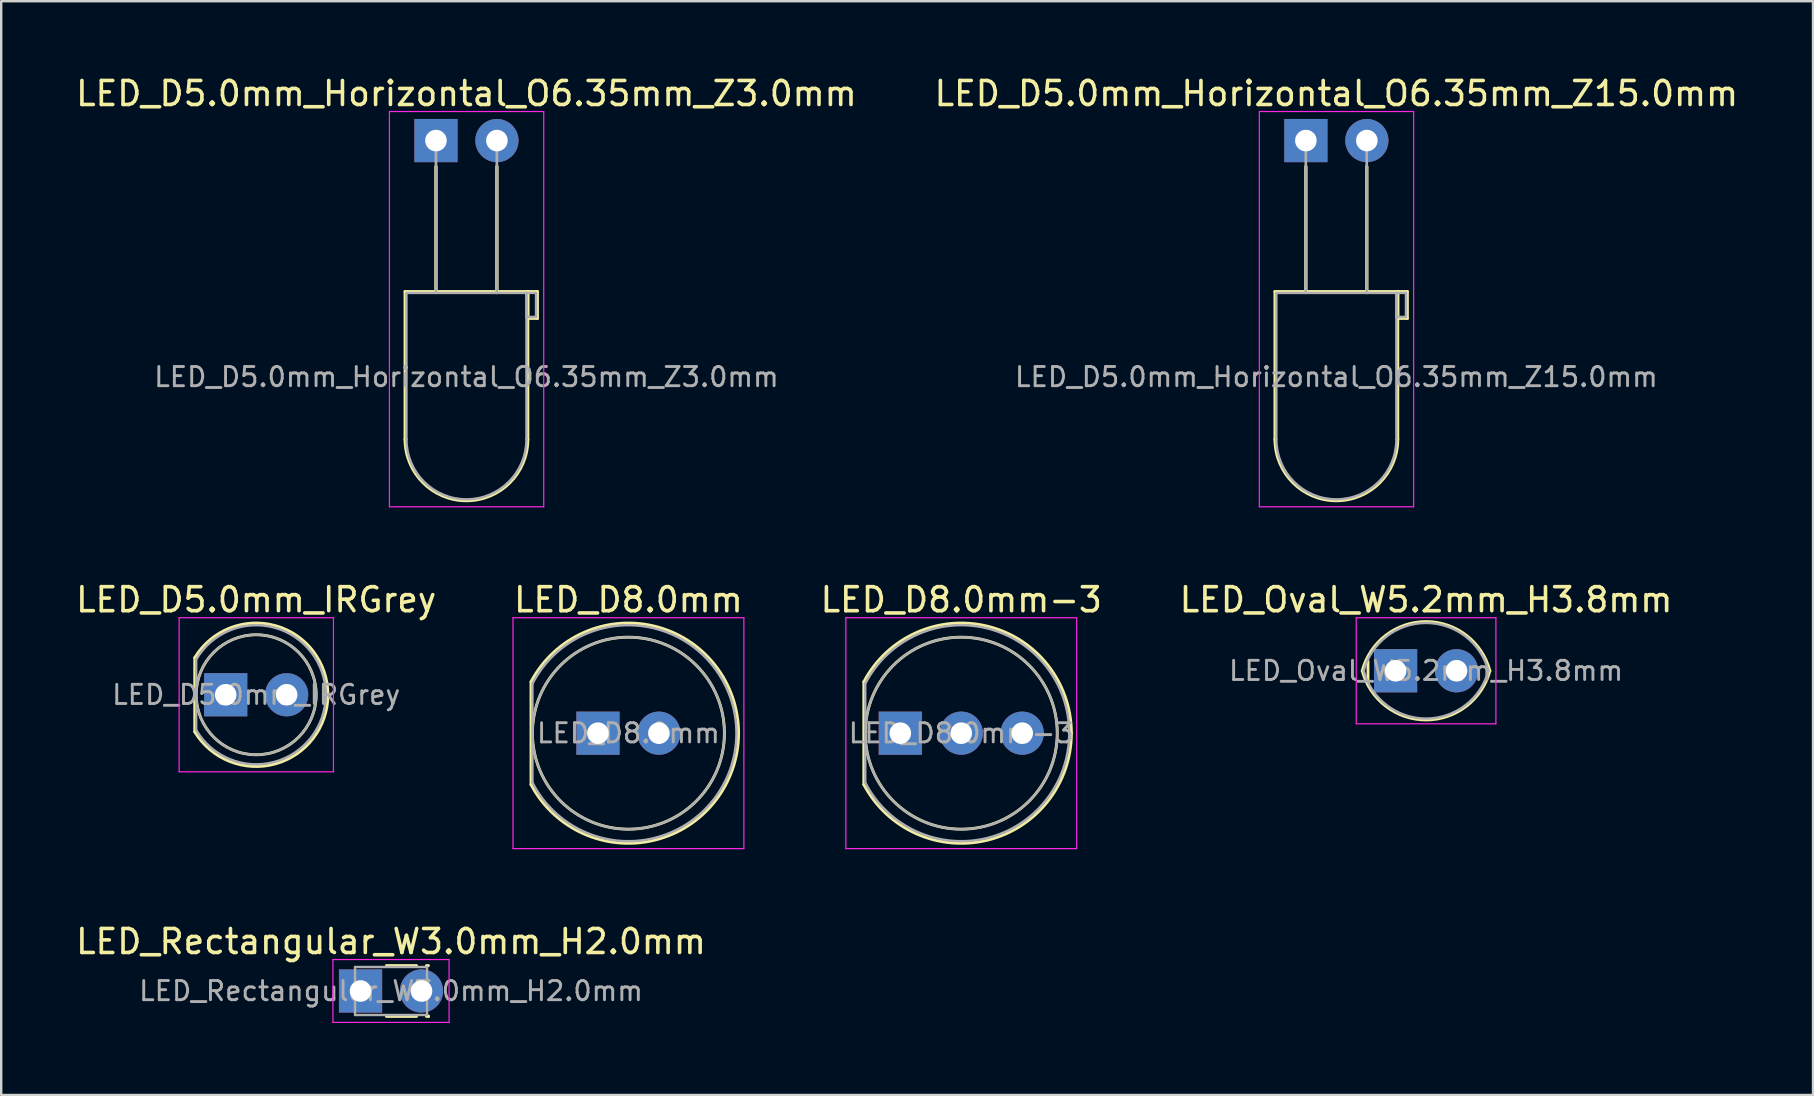
<source format=kicad_pcb>
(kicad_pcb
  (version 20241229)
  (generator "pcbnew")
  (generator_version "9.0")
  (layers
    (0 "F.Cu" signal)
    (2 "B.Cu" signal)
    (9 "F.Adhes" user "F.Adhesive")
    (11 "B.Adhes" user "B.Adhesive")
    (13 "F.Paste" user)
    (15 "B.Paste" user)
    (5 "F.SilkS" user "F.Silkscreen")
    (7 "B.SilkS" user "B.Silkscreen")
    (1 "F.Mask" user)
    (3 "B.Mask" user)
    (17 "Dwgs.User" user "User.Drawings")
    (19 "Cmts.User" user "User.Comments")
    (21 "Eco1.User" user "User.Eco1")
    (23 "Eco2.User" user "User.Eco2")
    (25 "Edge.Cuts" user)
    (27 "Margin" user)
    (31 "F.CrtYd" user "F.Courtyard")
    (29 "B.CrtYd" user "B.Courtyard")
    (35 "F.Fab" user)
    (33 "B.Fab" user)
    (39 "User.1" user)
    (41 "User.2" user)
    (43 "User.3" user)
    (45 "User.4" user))
  (footprint "LED_D5.0mm_Horizontal_O6.35mm_Z15.0mm"
    (layer "F.Cu")
    (at 51.367 2.808)
    (property "Reference" "LED_D5.0mm_Horizontal_O6.35mm_Z15.0mm" (at 1.27 -1.96 0) (layer "F.SilkS") (effects (font (size 1 1) (thickness 0.15))))
    (attr through_hole)
    (fp_line (start -1.29 6.29) (end -1.29 12.45) (stroke (width 0.12) (type solid)) (layer "F.SilkS"))
    (fp_line (start -1.29 6.29) (end 3.83 6.29) (stroke (width 0.12) (type solid)) (layer "F.SilkS"))
    (fp_line (start 0 1.08) (end 0 6.29) (stroke (width 0.12) (type solid)) (layer "F.SilkS"))
    (fp_line (start 0 6.29) (end 0 1.08) (stroke (width 0.12) (type solid)) (layer "F.SilkS"))
    (fp_line (start 2.54 1.08) (end 2.54 6.29) (stroke (width 0.12) (type solid)) (layer "F.SilkS"))
    (fp_line (start 2.54 6.29) (end 2.54 1.08) (stroke (width 0.12) (type solid)) (layer "F.SilkS"))
    (fp_line (start 3.83 6.29) (end 3.83 12.45) (stroke (width 0.12) (type solid)) (layer "F.SilkS"))
    (fp_line (start 3.83 6.29) (end 4.23 6.29) (stroke (width 0.12) (type solid)) (layer "F.SilkS"))
    (fp_line (start 3.83 7.41) (end 3.83 6.29) (stroke (width 0.12) (type solid)) (layer "F.SilkS"))
    (fp_line (start 4.23 6.29) (end 4.23 7.41) (stroke (width 0.12) (type solid)) (layer "F.SilkS"))
    (fp_line (start 4.23 7.41) (end 3.83 7.41) (stroke (width 0.12) (type solid)) (layer "F.SilkS"))
    (fp_arc (start 3.83 12.45) (mid 1.27 15.01) (end -1.29 12.45) (stroke (width 0.12) (type solid)) (layer "F.SilkS"))
    (fp_line (start -1.94 -1.21) (end -1.94 15.26) (stroke (width 0.05) (type solid)) (layer "F.CrtYd"))
    (fp_line (start -1.94 15.26) (end 4.49 15.26) (stroke (width 0.05) (type solid)) (layer "F.CrtYd"))
    (fp_line (start 4.49 -1.21) (end -1.94 -1.21) (stroke (width 0.05) (type solid)) (layer "F.CrtYd"))
    (fp_line (start 4.49 15.26) (end 4.49 -1.21) (stroke (width 0.05) (type solid)) (layer "F.CrtYd"))
    (fp_line (start -1.23 6.35) (end -1.23 12.45) (stroke (width 0.1) (type solid)) (layer "F.Fab"))
    (fp_line (start -1.23 6.35) (end 3.77 6.35) (stroke (width 0.1) (type solid)) (layer "F.Fab"))
    (fp_line (start 0 0) (end 0 6.35) (stroke (width 0.1) (type solid)) (layer "F.Fab"))
    (fp_line (start 0 6.35) (end 0 0) (stroke (width 0.1) (type solid)) (layer "F.Fab"))
    (fp_line (start 2.54 0) (end 2.54 6.35) (stroke (width 0.1) (type solid)) (layer "F.Fab"))
    (fp_line (start 2.54 6.35) (end 2.54 0) (stroke (width 0.1) (type solid)) (layer "F.Fab"))
    (fp_line (start 3.77 6.35) (end 3.77 12.45) (stroke (width 0.1) (type solid)) (layer "F.Fab"))
    (fp_line (start 3.77 6.35) (end 4.17 6.35) (stroke (width 0.1) (type solid)) (layer "F.Fab"))
    (fp_line (start 3.77 7.35) (end 3.77 6.35) (stroke (width 0.1) (type solid)) (layer "F.Fab"))
    (fp_line (start 4.17 6.35) (end 4.17 7.35) (stroke (width 0.1) (type solid)) (layer "F.Fab"))
    (fp_line (start 4.17 7.35) (end 3.77 7.35) (stroke (width 0.1) (type solid)) (layer "F.Fab"))
    (fp_arc (start 3.77 12.45) (mid 1.27 14.95) (end -1.23 12.45) (stroke (width 0.1) (type solid)) (layer "F.Fab"))
    (fp_text user "${REFERENCE}" (at 1.27 9.85 0) (layer "F.Fab") (effects (font (size 0.8 0.8) (thickness 0.12))))
    (pad "1" thru_hole rect (at 0 0) (size 1.8 1.8) (drill 0.9) (layers "*.Cu" "*.Mask"))
    (pad "2" thru_hole circle (at 2.54 0) (size 1.8 1.8) (drill 0.9) (layers "*.Cu" "*.Mask")))
  (footprint "LED_D8.0mm-3"
    (layer "F.Cu")
    (at 34.466 27.502)
    (property "Reference" "LED_D8.0mm-3" (at 2.54 -5.56 0) (layer "F.SilkS") (effects (font (size 1 1) (thickness 0.15))))
    (attr through_hole)
    (fp_line (start -1.52 -2.141) (end -1.52 2.141) (stroke (width 0.12) (type solid)) (layer "F.SilkS"))
    (fp_arc (start -1.52 -2.141145) (mid 3.642883 -4.45553) (end 7.13 0) (stroke (width 0.12) (type solid)) (layer "F.SilkS"))
    (fp_arc (start 7.13 0) (mid 3.642883 4.45553) (end -1.52 2.141145) (stroke (width 0.12) (type solid)) (layer "F.SilkS"))
    (fp_circle (center 2.54 0) (end 6.54 0) (stroke (width 0.12) (type solid)) (fill no) (layer "F.SilkS"))
    (fp_line (start -2.27 -4.81) (end -2.27 4.81) (stroke (width 0.05) (type solid)) (layer "F.CrtYd"))
    (fp_line (start -2.27 4.81) (end 7.35 4.81) (stroke (width 0.05) (type solid)) (layer "F.CrtYd"))
    (fp_line (start 7.35 -4.81) (end -2.27 -4.81) (stroke (width 0.05) (type solid)) (layer "F.CrtYd"))
    (fp_line (start 7.35 4.81) (end 7.35 -4.81) (stroke (width 0.05) (type solid)) (layer "F.CrtYd"))
    (fp_line (start -1.46 -2.062) (end -1.46 2.062) (stroke (width 0.1) (type solid)) (layer "F.Fab"))
    (fp_arc (start -1.46 -2.061553) (mid 7.04 0) (end -1.46 2.061553) (stroke (width 0.1) (type solid)) (layer "F.Fab"))
    (fp_circle (center 2.54 0) (end 6.54 0) (stroke (width 0.1) (type solid)) (fill no) (layer "F.Fab"))
    (fp_text user "${REFERENCE}" (at 2.54 0 0) (layer "F.Fab") (effects (font (size 0.8 0.8) (thickness 0.12))))
    (pad "1" thru_hole rect (at 0 0) (size 1.8 1.8) (drill 0.9) (layers "*.Cu" "*.Mask"))
    (pad "2" thru_hole circle (at 2.54 0) (size 1.8 1.8) (drill 0.9) (layers "*.Cu" "*.Mask"))
    (pad "3" thru_hole circle (at 5.08 0) (size 1.8 1.8) (drill 0.9) (layers "*.Cu" "*.Mask")))
  (footprint "LED_Rectangular_W3.0mm_H2.0mm"
    (layer "F.Cu")
    (at 11.974 38.245)
    (property "Reference" "LED_Rectangular_W3.0mm_H2.0mm" (at 1.27 -2.06 0) (layer "F.SilkS") (effects (font (size 1 1) (thickness 0.15))))
    (attr through_hole)
    (fp_line (start 1.08 -1.06) (end 2.333 -1.06) (stroke (width 0.12) (type solid)) (layer "F.SilkS"))
    (fp_line (start 2.333 1.06) (end 1.08 1.06) (stroke (width 0.12) (type solid)) (layer "F.SilkS"))
    (fp_line (start 2.747 -1.06) (end 2.83 -1.06) (stroke (width 0.12) (type solid)) (layer "F.SilkS"))
    (fp_line (start 2.83 1.04) (end 2.83 1.06) (stroke (width 0.12) (type solid)) (layer "F.SilkS"))
    (fp_line (start 2.83 1.06) (end 2.747 1.06) (stroke (width 0.12) (type solid)) (layer "F.SilkS"))
    (fp_line (start -1.15 -1.31) (end -1.15 1.31) (stroke (width 0.05) (type solid)) (layer "F.CrtYd"))
    (fp_line (start -1.15 1.31) (end 3.69 1.31) (stroke (width 0.05) (type solid)) (layer "F.CrtYd"))
    (fp_line (start 3.69 -1.31) (end -1.15 -1.31) (stroke (width 0.05) (type solid)) (layer "F.CrtYd"))
    (fp_line (start 3.69 1.31) (end 3.69 -1.31) (stroke (width 0.05) (type solid)) (layer "F.CrtYd"))
    (fp_line (start -0.23 -1) (end -0.23 1) (stroke (width 0.1) (type solid)) (layer "F.Fab"))
    (fp_line (start -0.23 1) (end 2.77 1) (stroke (width 0.1) (type solid)) (layer "F.Fab"))
    (fp_line (start 2.77 -1) (end -0.23 -1) (stroke (width 0.1) (type solid)) (layer "F.Fab"))
    (fp_line (start 2.77 1) (end 2.77 -1) (stroke (width 0.1) (type solid)) (layer "F.Fab"))
    (fp_text user "${REFERENCE}" (at 1.27 0 0) (layer "F.Fab") (effects (font (size 0.8 0.8) (thickness 0.12))))
    (pad "1" thru_hole rect (at 0 0) (size 1.8 1.8) (drill 0.9) (layers "*.Cu" "*.Mask"))
    (pad "2" thru_hole circle (at 2.54 0) (size 1.8 1.8) (drill 0.9) (layers "*.Cu" "*.Mask")))
  (footprint "LED_D5.0mm_IRGrey"
    (layer "F.Cu")
    (at 6.355 25.901)
    (property "Reference" "LED_D5.0mm_IRGrey" (at 1.27 -3.96 0) (layer "F.SilkS") (effects (font (size 1 1) (thickness 0.15))))
    (attr through_hole)
    (fp_line (start -1.29 -1.545) (end -1.29 1.545) (stroke (width 0.12) (type solid)) (layer "F.SilkS"))
    (fp_arc (start -1.29 -1.54483) (mid 2.071779 -2.880495) (end 4.26 0) (stroke (width 0.12) (type solid)) (layer "F.SilkS"))
    (fp_arc (start 4.26 0) (mid 2.071779 2.880495) (end -1.29 1.54483) (stroke (width 0.12) (type solid)) (layer "F.SilkS"))
    (fp_circle (center 1.27 0) (end 3.77 0) (stroke (width 0.12) (type solid)) (fill no) (layer "F.SilkS"))
    (fp_line (start -1.94 -3.21) (end -1.94 3.21) (stroke (width 0.05) (type solid)) (layer "F.CrtYd"))
    (fp_line (start -1.94 3.21) (end 4.49 3.21) (stroke (width 0.05) (type solid)) (layer "F.CrtYd"))
    (fp_line (start 4.49 -3.21) (end -1.94 -3.21) (stroke (width 0.05) (type solid)) (layer "F.CrtYd"))
    (fp_line (start 4.49 3.21) (end 4.49 -3.21) (stroke (width 0.05) (type solid)) (layer "F.CrtYd"))
    (fp_line (start -1.23 -1.47) (end -1.23 1.47) (stroke (width 0.1) (type solid)) (layer "F.Fab"))
    (fp_arc (start -1.23 -1.469694) (mid 4.17 0) (end -1.23 1.469694) (stroke (width 0.1) (type solid)) (layer "F.Fab"))
    (fp_circle (center 1.27 0) (end 3.77 0) (stroke (width 0.1) (type solid)) (fill no) (layer "F.Fab"))
    (fp_text user "${REFERENCE}" (at 1.27 0 0) (layer "F.Fab") (effects (font (size 0.8 0.8) (thickness 0.12))))
    (pad "1" thru_hole rect (at 0 0) (size 1.8 1.8) (drill 0.9) (layers "*.Cu" "*.Mask"))
    (pad "2" thru_hole circle (at 2.54 0) (size 1.8 1.8) (drill 0.9) (layers "*.Cu" "*.Mask")))
  (footprint "LED_Oval_W5.2mm_H3.8mm"
    (layer "F.Cu")
    (at 55.105 24.901)
    (property "Reference" "LED_Oval_W5.2mm_H3.8mm" (at 1.27 -2.96 0) (layer "F.SilkS") (effects (font (size 1 1) (thickness 0.15))))
    (attr through_hole)
    (fp_line (start -1.15 -0.404) (end -1.15 0.404) (stroke (width 0.12) (type solid)) (layer "F.SilkS"))
    (fp_arc (start -1.39 0) (mid 1.27 -2.050564) (end 3.93 0) (stroke (width 0.12) (type solid)) (layer "F.SilkS"))
    (fp_arc (start 3.93 0) (mid 1.27 2.050564) (end -1.39 0) (stroke (width 0.12) (type solid)) (layer "F.SilkS"))
    (fp_line (start -1.64 -2.21) (end -1.64 2.21) (stroke (width 0.05) (type solid)) (layer "F.CrtYd"))
    (fp_line (start -1.64 2.21) (end 4.18 2.21) (stroke (width 0.05) (type solid)) (layer "F.CrtYd"))
    (fp_line (start 4.18 -2.21) (end -1.64 -2.21) (stroke (width 0.05) (type solid)) (layer "F.CrtYd"))
    (fp_line (start 4.18 2.21) (end 4.18 -2.21) (stroke (width 0.05) (type solid)) (layer "F.CrtYd"))
    (fp_arc (start -1.33 0) (mid 1.27 -1.992582) (end 3.87 0) (stroke (width 0.1) (type solid)) (layer "F.Fab"))
    (fp_arc (start 3.87 0) (mid 1.27 1.992582) (end -1.33 0) (stroke (width 0.1) (type solid)) (layer "F.Fab"))
    (fp_text user "${REFERENCE}" (at 1.27 0 0) (layer "F.Fab") (effects (font (size 0.8 0.8) (thickness 0.12))))
    (pad "1" thru_hole rect (at 0 0) (size 1.8 1.8) (drill 0.9) (layers "*.Cu" "*.Mask"))
    (pad "2" thru_hole circle (at 2.54 0) (size 1.8 1.8) (drill 0.9) (layers "*.Cu" "*.Mask")))
  (footprint "LED_D5.0mm_Horizontal_O6.35mm_Z3.0mm"
    (layer "F.Cu")
    (at 15.117 2.808)
    (property "Reference" "LED_D5.0mm_Horizontal_O6.35mm_Z3.0mm" (at 1.27 -1.96 0) (layer "F.SilkS") (effects (font (size 1 1) (thickness 0.15))))
    (attr through_hole)
    (fp_line (start -1.29 6.29) (end -1.29 12.45) (stroke (width 0.12) (type solid)) (layer "F.SilkS"))
    (fp_line (start -1.29 6.29) (end 3.83 6.29) (stroke (width 0.12) (type solid)) (layer "F.SilkS"))
    (fp_line (start 0 1.08) (end 0 6.29) (stroke (width 0.12) (type solid)) (layer "F.SilkS"))
    (fp_line (start 0 6.29) (end 0 1.08) (stroke (width 0.12) (type solid)) (layer "F.SilkS"))
    (fp_line (start 2.54 1.08) (end 2.54 6.29) (stroke (width 0.12) (type solid)) (layer "F.SilkS"))
    (fp_line (start 2.54 6.29) (end 2.54 1.08) (stroke (width 0.12) (type solid)) (layer "F.SilkS"))
    (fp_line (start 3.83 6.29) (end 3.83 12.45) (stroke (width 0.12) (type solid)) (layer "F.SilkS"))
    (fp_line (start 3.83 6.29) (end 4.23 6.29) (stroke (width 0.12) (type solid)) (layer "F.SilkS"))
    (fp_line (start 3.83 7.41) (end 3.83 6.29) (stroke (width 0.12) (type solid)) (layer "F.SilkS"))
    (fp_line (start 4.23 6.29) (end 4.23 7.41) (stroke (width 0.12) (type solid)) (layer "F.SilkS"))
    (fp_line (start 4.23 7.41) (end 3.83 7.41) (stroke (width 0.12) (type solid)) (layer "F.SilkS"))
    (fp_arc (start 3.83 12.45) (mid 1.27 15.01) (end -1.29 12.45) (stroke (width 0.12) (type solid)) (layer "F.SilkS"))
    (fp_line (start -1.94 -1.21) (end -1.94 15.26) (stroke (width 0.05) (type solid)) (layer "F.CrtYd"))
    (fp_line (start -1.94 15.26) (end 4.49 15.26) (stroke (width 0.05) (type solid)) (layer "F.CrtYd"))
    (fp_line (start 4.49 -1.21) (end -1.94 -1.21) (stroke (width 0.05) (type solid)) (layer "F.CrtYd"))
    (fp_line (start 4.49 15.26) (end 4.49 -1.21) (stroke (width 0.05) (type solid)) (layer "F.CrtYd"))
    (fp_line (start -1.23 6.35) (end -1.23 12.45) (stroke (width 0.1) (type solid)) (layer "F.Fab"))
    (fp_line (start -1.23 6.35) (end 3.77 6.35) (stroke (width 0.1) (type solid)) (layer "F.Fab"))
    (fp_line (start 0 0) (end 0 6.35) (stroke (width 0.1) (type solid)) (layer "F.Fab"))
    (fp_line (start 0 6.35) (end 0 0) (stroke (width 0.1) (type solid)) (layer "F.Fab"))
    (fp_line (start 2.54 0) (end 2.54 6.35) (stroke (width 0.1) (type solid)) (layer "F.Fab"))
    (fp_line (start 2.54 6.35) (end 2.54 0) (stroke (width 0.1) (type solid)) (layer "F.Fab"))
    (fp_line (start 3.77 6.35) (end 3.77 12.45) (stroke (width 0.1) (type solid)) (layer "F.Fab"))
    (fp_line (start 3.77 6.35) (end 4.17 6.35) (stroke (width 0.1) (type solid)) (layer "F.Fab"))
    (fp_line (start 3.77 7.35) (end 3.77 6.35) (stroke (width 0.1) (type solid)) (layer "F.Fab"))
    (fp_line (start 4.17 6.35) (end 4.17 7.35) (stroke (width 0.1) (type solid)) (layer "F.Fab"))
    (fp_line (start 4.17 7.35) (end 3.77 7.35) (stroke (width 0.1) (type solid)) (layer "F.Fab"))
    (fp_arc (start 3.77 12.45) (mid 1.27 14.95) (end -1.23 12.45) (stroke (width 0.1) (type solid)) (layer "F.Fab"))
    (fp_text user "${REFERENCE}" (at 1.27 9.85 0) (layer "F.Fab") (effects (font (size 0.8 0.8) (thickness 0.12))))
    (pad "1" thru_hole rect (at 0 0) (size 1.8 1.8) (drill 0.9) (layers "*.Cu" "*.Mask"))
    (pad "2" thru_hole circle (at 2.54 0) (size 1.8 1.8) (drill 0.9) (layers "*.Cu" "*.Mask")))
  (footprint "LED_D8.0mm"
    (layer "F.Cu")
    (at 21.867 27.502)
    (property "Reference" "LED_D8.0mm" (at 1.27 -5.56 0) (layer "F.SilkS") (effects (font (size 1 1) (thickness 0.15))))
    (attr through_hole)
    (fp_line (start -2.79 -2.141) (end -2.79 2.141) (stroke (width 0.12) (type solid)) (layer "F.SilkS"))
    (fp_arc (start -2.79 -2.141145) (mid 2.372883 -4.45553) (end 5.86 0) (stroke (width 0.12) (type solid)) (layer "F.SilkS"))
    (fp_arc (start 5.86 0) (mid 2.372883 4.45553) (end -2.79 2.141145) (stroke (width 0.12) (type solid)) (layer "F.SilkS"))
    (fp_circle (center 1.27 0) (end 5.27 0) (stroke (width 0.12) (type solid)) (fill no) (layer "F.SilkS"))
    (fp_line (start -3.54 -4.81) (end -3.54 4.81) (stroke (width 0.05) (type solid)) (layer "F.CrtYd"))
    (fp_line (start -3.54 4.81) (end 6.08 4.81) (stroke (width 0.05) (type solid)) (layer "F.CrtYd"))
    (fp_line (start 6.08 -4.81) (end -3.54 -4.81) (stroke (width 0.05) (type solid)) (layer "F.CrtYd"))
    (fp_line (start 6.08 4.81) (end 6.08 -4.81) (stroke (width 0.05) (type solid)) (layer "F.CrtYd"))
    (fp_line (start -2.73 -2.062) (end -2.73 2.062) (stroke (width 0.1) (type solid)) (layer "F.Fab"))
    (fp_arc (start -2.73 -2.061553) (mid 5.77 0) (end -2.73 2.061553) (stroke (width 0.1) (type solid)) (layer "F.Fab"))
    (fp_circle (center 1.27 0) (end 5.27 0) (stroke (width 0.1) (type solid)) (fill no) (layer "F.Fab"))
    (fp_text user "${REFERENCE}" (at 1.27 0 0) (layer "F.Fab") (effects (font (size 0.8 0.8) (thickness 0.12))))
    (pad "1" thru_hole rect (at 0 0) (size 1.8 1.8) (drill 0.9) (layers "*.Cu" "*.Mask"))
    (pad "2" thru_hole circle (at 2.54 0) (size 1.8 1.8) (drill 0.9) (layers "*.Cu" "*.Mask")))
  (gr_rect
    (start -3 -3)
    (end 72.5 42.58)
    (stroke (width 0.1) (type default))
    (fill no)
    (layer "Edge.Cuts")))
</source>
